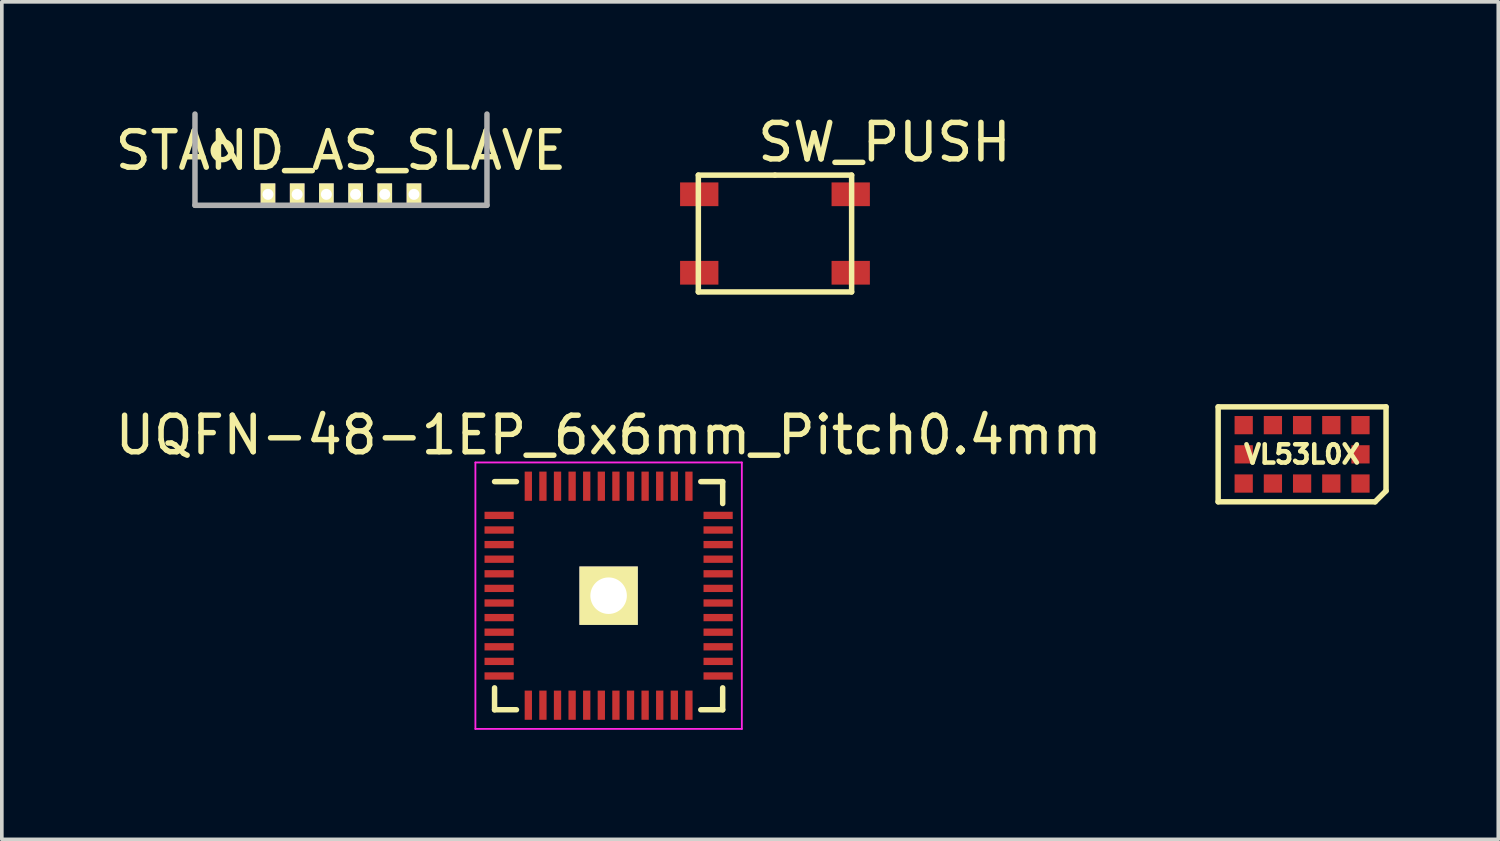
<source format=kicad_pcb>
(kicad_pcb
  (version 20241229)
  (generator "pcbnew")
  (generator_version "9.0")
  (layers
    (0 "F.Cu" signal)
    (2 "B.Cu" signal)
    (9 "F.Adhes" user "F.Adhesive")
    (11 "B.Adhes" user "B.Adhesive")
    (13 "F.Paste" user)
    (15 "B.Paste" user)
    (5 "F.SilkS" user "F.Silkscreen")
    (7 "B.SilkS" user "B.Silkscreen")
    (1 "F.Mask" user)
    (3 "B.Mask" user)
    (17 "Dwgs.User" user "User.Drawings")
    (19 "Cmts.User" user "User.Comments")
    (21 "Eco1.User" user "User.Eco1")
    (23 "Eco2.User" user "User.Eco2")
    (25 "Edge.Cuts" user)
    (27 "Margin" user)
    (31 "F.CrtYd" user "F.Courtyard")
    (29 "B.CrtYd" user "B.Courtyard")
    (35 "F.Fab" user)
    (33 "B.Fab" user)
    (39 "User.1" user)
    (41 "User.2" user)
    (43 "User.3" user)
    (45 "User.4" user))
  (footprint "SW_PUSH"
    (layer "F.Cu")
    (at 18.183 3.348)
    (property "Reference" "SW_PUSH" (at 3 -2.5 0) (layer "F.SilkS") (effects (font (size 1 1) (thickness 0.15))))
    (attr through_hole)
    (fp_line (start -2.1 -1.6) (end -2.1 1.6) (stroke (width 0.15) (type solid)) (layer "F.SilkS"))
    (fp_line (start -2.1 1.6) (end 2.1 1.6) (stroke (width 0.15) (type solid)) (layer "F.SilkS"))
    (fp_line (start 0 -1.6) (end -2.1 -1.6) (stroke (width 0.15) (type solid)) (layer "F.SilkS"))
    (fp_line (start 2.1 -1.6) (end 0 -1.6) (stroke (width 0.15) (type solid)) (layer "F.SilkS"))
    (fp_line (start 2.1 1.6) (end 2.1 -1.6) (stroke (width 0.15) (type solid)) (layer "F.SilkS"))
    (pad "1" smd rect (at -2.075 -1.075) (size 1.05 0.65) (layers "F.Cu" "F.Mask" "F.Paste"))
    (pad "1" smd rect (at 2.075 -1.075) (size 1.05 0.65) (layers "F.Cu" "F.Mask" "F.Paste"))
    (pad "2" smd rect (at -2.075 1.075) (size 1.05 0.65) (layers "F.Cu" "F.Mask" "F.Paste"))
    (pad "2" smd rect (at 2.075 1.075) (size 1.05 0.65) (layers "F.Cu" "F.Mask" "F.Paste")))
  (footprint "VL53L0X"
    (layer "F.Cu")
    (at 32.625 9.398)
    (property "Reference" "VL53L0X" (at 0 0 0) (layer "F.SilkS") (effects (font (size 0.5 0.5) (thickness 0.125))))
    (attr through_hole)
    (fp_line (start -2.3 -1.3) (end -2.3 1.3) (stroke (width 0.15) (type solid)) (layer "F.SilkS"))
    (fp_line (start 2 1.3) (end -2.3 1.3) (stroke (width 0.15) (type solid)) (layer "F.SilkS"))
    (fp_line (start 2.3 -1.3) (end -2.3 -1.3) (stroke (width 0.15) (type solid)) (layer "F.SilkS"))
    (fp_line (start 2.3 -1.3) (end 2.3 1) (stroke (width 0.15) (type solid)) (layer "F.SilkS"))
    (fp_line (start 2.3 1) (end 2 1.3) (stroke (width 0.15) (type solid)) (layer "F.SilkS"))
    (pad "1" smd rect (at 1.6 0.8) (size 0.5 0.5) (layers "F.Cu" "F.Mask" "F.Paste"))
    (pad "2" smd rect (at 0.8 0.8) (size 0.5 0.5) (layers "F.Cu" "F.Mask" "F.Paste"))
    (pad "3" smd rect (at 0 0.8) (size 0.5 0.5) (layers "F.Cu" "F.Mask" "F.Paste"))
    (pad "4" smd rect (at -0.8 0.8) (size 0.5 0.5) (layers "F.Cu" "F.Mask" "F.Paste"))
    (pad "5" smd rect (at -1.6 0.8) (size 0.5 0.5) (layers "F.Cu" "F.Mask" "F.Paste"))
    (pad "6" smd rect (at -1.6 0) (size 0.5 0.5) (layers "F.Cu" "F.Mask" "F.Paste"))
    (pad "7" smd rect (at -1.6 -0.8) (size 0.5 0.5) (layers "F.Cu" "F.Mask" "F.Paste"))
    (pad "8" smd rect (at -0.8 -0.8) (size 0.5 0.5) (layers "F.Cu" "F.Mask" "F.Paste"))
    (pad "9" smd rect (at 0 -0.8) (size 0.5 0.5) (layers "F.Cu" "F.Mask" "F.Paste"))
    (pad "10" smd rect (at 0.8 -0.8) (size 0.5 0.5) (layers "F.Cu" "F.Mask" "F.Paste"))
    (pad "11" smd rect (at 1.6 -0.8) (size 0.5 0.5) (layers "F.Cu" "F.Mask" "F.Paste"))
    (pad "12" smd rect (at 1.6 0) (size 0.5 0.5) (layers "F.Cu" "F.Mask" "F.Paste")))
  (footprint "STAND_AS_SLAVE"
    (layer "F.Cu")
    (at 6.292 2.575)
    (property "Reference" "STAND_AS_SLAVE" (at 0 -1.5 0) (layer "F.SilkS") (effects (font (size 1 1) (thickness 0.15))))
    (attr through_hole)
    (fp_circle (center -3.25 -1.5) (end -3 -1.5) (stroke (width 0.15) (type solid)) (fill no) (layer "F.SilkS"))
    (fp_line (start -4 0) (end -4 -2.5) (stroke (width 0.15) (type solid)) (layer "F.Fab"))
    (fp_line (start -4 0) (end 4 0) (stroke (width 0.15) (type solid)) (layer "F.Fab"))
    (fp_line (start 4 0) (end 4 -2.5) (stroke (width 0.15) (type solid)) (layer "F.Fab"))
    (pad "1" thru_hole rect (at -2 -0.3) (size 0.4 0.6) (drill 0.3) (layers "*.Cu" "*.Mask" "F.SilkS"))
    (pad "2" thru_hole rect (at -1.2 -0.3) (size 0.4 0.6) (drill 0.3) (layers "*.Cu" "*.Mask" "F.SilkS"))
    (pad "3" thru_hole rect (at -0.4 -0.3) (size 0.4 0.6) (drill 0.3) (layers "*.Cu" "*.Mask" "F.SilkS"))
    (pad "4" thru_hole rect (at 0.4 -0.3) (size 0.4 0.6) (drill 0.3) (layers "*.Cu" "*.Mask" "F.SilkS"))
    (pad "5" thru_hole rect (at 1.2 -0.3) (size 0.4 0.6) (drill 0.3) (layers "*.Cu" "*.Mask" "F.SilkS"))
    (pad "6" thru_hole rect (at 2 -0.3) (size 0.4 0.6) (drill 0.3) (layers "*.Cu" "*.Mask" "F.SilkS")))
  (footprint "UQFN-48-1EP_6x6mm_Pitch0.4mm"
    (layer "F.Cu")
    (at 13.625 13.271)
    (property "Reference" "UQFN-48-1EP_6x6mm_Pitch0.4mm" (at 0 -4.4 0) (layer "F.SilkS") (effects (font (size 1 1) (thickness 0.15))))
    (attr smd)
    (fp_line (start -3.125 -3.125) (end -2.525 -3.125) (stroke (width 0.15) (type solid)) (layer "F.SilkS"))
    (fp_line (start -3.125 3.125) (end -3.125 2.525) (stroke (width 0.15) (type solid)) (layer "F.SilkS"))
    (fp_line (start -3.125 3.125) (end -2.525 3.125) (stroke (width 0.15) (type solid)) (layer "F.SilkS"))
    (fp_line (start 3.125 -3.125) (end 2.525 -3.125) (stroke (width 0.15) (type solid)) (layer "F.SilkS"))
    (fp_line (start 3.125 -3.125) (end 3.125 -2.525) (stroke (width 0.15) (type solid)) (layer "F.SilkS"))
    (fp_line (start 3.125 3.125) (end 2.525 3.125) (stroke (width 0.15) (type solid)) (layer "F.SilkS"))
    (fp_line (start 3.125 3.125) (end 3.125 2.525) (stroke (width 0.15) (type solid)) (layer "F.SilkS"))
    (fp_line (start -3.65 -3.65) (end -3.65 3.65) (stroke (width 0.05) (type solid)) (layer "F.CrtYd"))
    (fp_line (start -3.65 -3.65) (end 3.65 -3.65) (stroke (width 0.05) (type solid)) (layer "F.CrtYd"))
    (fp_line (start -3.65 3.65) (end 3.65 3.65) (stroke (width 0.05) (type solid)) (layer "F.CrtYd"))
    (fp_line (start 3.65 -3.65) (end 3.65 3.65) (stroke (width 0.05) (type solid)) (layer "F.CrtYd"))
    (pad "1" smd rect (at -3 -2.2) (size 0.8 0.2) (layers "F.Cu" "F.Mask" "F.Paste"))
    (pad "2" smd rect (at -3 -1.8) (size 0.8 0.2) (layers "F.Cu" "F.Mask" "F.Paste"))
    (pad "3" smd rect (at -3 -1.4) (size 0.8 0.2) (layers "F.Cu" "F.Mask" "F.Paste"))
    (pad "4" smd rect (at -3 -1) (size 0.8 0.2) (layers "F.Cu" "F.Mask" "F.Paste"))
    (pad "5" smd rect (at -3 -0.6) (size 0.8 0.2) (layers "F.Cu" "F.Mask" "F.Paste"))
    (pad "6" smd rect (at -3 -0.2) (size 0.8 0.2) (layers "F.Cu" "F.Mask" "F.Paste"))
    (pad "7" smd rect (at -3 0.2) (size 0.8 0.2) (layers "F.Cu" "F.Mask" "F.Paste"))
    (pad "8" smd rect (at -3 0.6) (size 0.8 0.2) (layers "F.Cu" "F.Mask" "F.Paste"))
    (pad "9" smd rect (at -3 1) (size 0.8 0.2) (layers "F.Cu" "F.Mask" "F.Paste"))
    (pad "10" smd rect (at -3 1.4) (size 0.8 0.2) (layers "F.Cu" "F.Mask" "F.Paste"))
    (pad "11" smd rect (at -3 1.8) (size 0.8 0.2) (layers "F.Cu" "F.Mask" "F.Paste"))
    (pad "12" smd rect (at -3 2.2) (size 0.8 0.2) (layers "F.Cu" "F.Mask" "F.Paste"))
    (pad "13" smd rect (at -2.2 3 90) (size 0.8 0.2) (layers "F.Cu" "F.Mask" "F.Paste"))
    (pad "14" smd rect (at -1.8 3 90) (size 0.8 0.2) (layers "F.Cu" "F.Mask" "F.Paste"))
    (pad "15" smd rect (at -1.4 3 90) (size 0.8 0.2) (layers "F.Cu" "F.Mask" "F.Paste"))
    (pad "16" smd rect (at -1 3 90) (size 0.8 0.2) (layers "F.Cu" "F.Mask" "F.Paste"))
    (pad "17" smd rect (at -0.6 3 90) (size 0.8 0.2) (layers "F.Cu" "F.Mask" "F.Paste"))
    (pad "18" smd rect (at -0.2 3 90) (size 0.8 0.2) (layers "F.Cu" "F.Mask" "F.Paste"))
    (pad "19" smd rect (at 0.2 3 90) (size 0.8 0.2) (layers "F.Cu" "F.Mask" "F.Paste"))
    (pad "20" smd rect (at 0.6 3 90) (size 0.8 0.2) (layers "F.Cu" "F.Mask" "F.Paste"))
    (pad "21" smd rect (at 1 3 90) (size 0.8 0.2) (layers "F.Cu" "F.Mask" "F.Paste"))
    (pad "22" smd rect (at 1.4 3 90) (size 0.8 0.2) (layers "F.Cu" "F.Mask" "F.Paste"))
    (pad "23" smd rect (at 1.8 3 90) (size 0.8 0.2) (layers "F.Cu" "F.Mask" "F.Paste"))
    (pad "24" smd rect (at 2.2 3 90) (size 0.8 0.2) (layers "F.Cu" "F.Mask" "F.Paste"))
    (pad "25" smd rect (at 3 2.2) (size 0.8 0.2) (layers "F.Cu" "F.Mask" "F.Paste"))
    (pad "26" smd rect (at 3 1.8) (size 0.8 0.2) (layers "F.Cu" "F.Mask" "F.Paste"))
    (pad "27" smd rect (at 3 1.4) (size 0.8 0.2) (layers "F.Cu" "F.Mask" "F.Paste"))
    (pad "28" smd rect (at 3 1) (size 0.8 0.2) (layers "F.Cu" "F.Mask" "F.Paste"))
    (pad "29" smd rect (at 3 0.6) (size 0.8 0.2) (layers "F.Cu" "F.Mask" "F.Paste"))
    (pad "30" smd rect (at 3 0.2) (size 0.8 0.2) (layers "F.Cu" "F.Mask" "F.Paste"))
    (pad "31" smd rect (at 3 -0.2) (size 0.8 0.2) (layers "F.Cu" "F.Mask" "F.Paste"))
    (pad "32" smd rect (at 3 -0.6) (size 0.8 0.2) (layers "F.Cu" "F.Mask" "F.Paste"))
    (pad "33" smd rect (at 3 -1) (size 0.8 0.2) (layers "F.Cu" "F.Mask" "F.Paste"))
    (pad "34" smd rect (at 3 -1.4) (size 0.8 0.2) (layers "F.Cu" "F.Mask" "F.Paste"))
    (pad "35" smd rect (at 3 -1.8) (size 0.8 0.2) (layers "F.Cu" "F.Mask" "F.Paste"))
    (pad "36" smd rect (at 3 -2.2) (size 0.8 0.2) (layers "F.Cu" "F.Mask" "F.Paste"))
    (pad "37" smd rect (at 2.2 -3 90) (size 0.8 0.2) (layers "F.Cu" "F.Mask" "F.Paste"))
    (pad "38" smd rect (at 1.8 -3 90) (size 0.8 0.2) (layers "F.Cu" "F.Mask" "F.Paste"))
    (pad "39" smd rect (at 1.4 -3 90) (size 0.8 0.2) (layers "F.Cu" "F.Mask" "F.Paste"))
    (pad "40" smd rect (at 1 -3 90) (size 0.8 0.2) (layers "F.Cu" "F.Mask" "F.Paste"))
    (pad "41" smd rect (at 0.6 -3 90) (size 0.8 0.2) (layers "F.Cu" "F.Mask" "F.Paste"))
    (pad "42" smd rect (at 0.2 -3 90) (size 0.8 0.2) (layers "F.Cu" "F.Mask" "F.Paste"))
    (pad "43" smd rect (at -0.2 -3 90) (size 0.8 0.2) (layers "F.Cu" "F.Mask" "F.Paste"))
    (pad "44" smd rect (at -0.6 -3 90) (size 0.8 0.2) (layers "F.Cu" "F.Mask" "F.Paste"))
    (pad "45" smd rect (at -1 -3 90) (size 0.8 0.2) (layers "F.Cu" "F.Mask" "F.Paste"))
    (pad "46" smd rect (at -1.4 -3 90) (size 0.8 0.2) (layers "F.Cu" "F.Mask" "F.Paste"))
    (pad "47" smd rect (at -1.8 -3 90) (size 0.8 0.2) (layers "F.Cu" "F.Mask" "F.Paste"))
    (pad "48" smd rect (at -2.2 -3 90) (size 0.8 0.2) (layers "F.Cu" "F.Mask" "F.Paste"))
    (pad "49" thru_hole rect (at 0 0) (size 1.6 1.6) (drill 1) (layers "*.Cu" "*.Mask" "F.SilkS")))
  (gr_rect
    (start -3 -3)
    (end 38 19.947)
    (stroke (width 0.1) (type default))
    (fill no)
    (layer "Edge.Cuts")))
</source>
